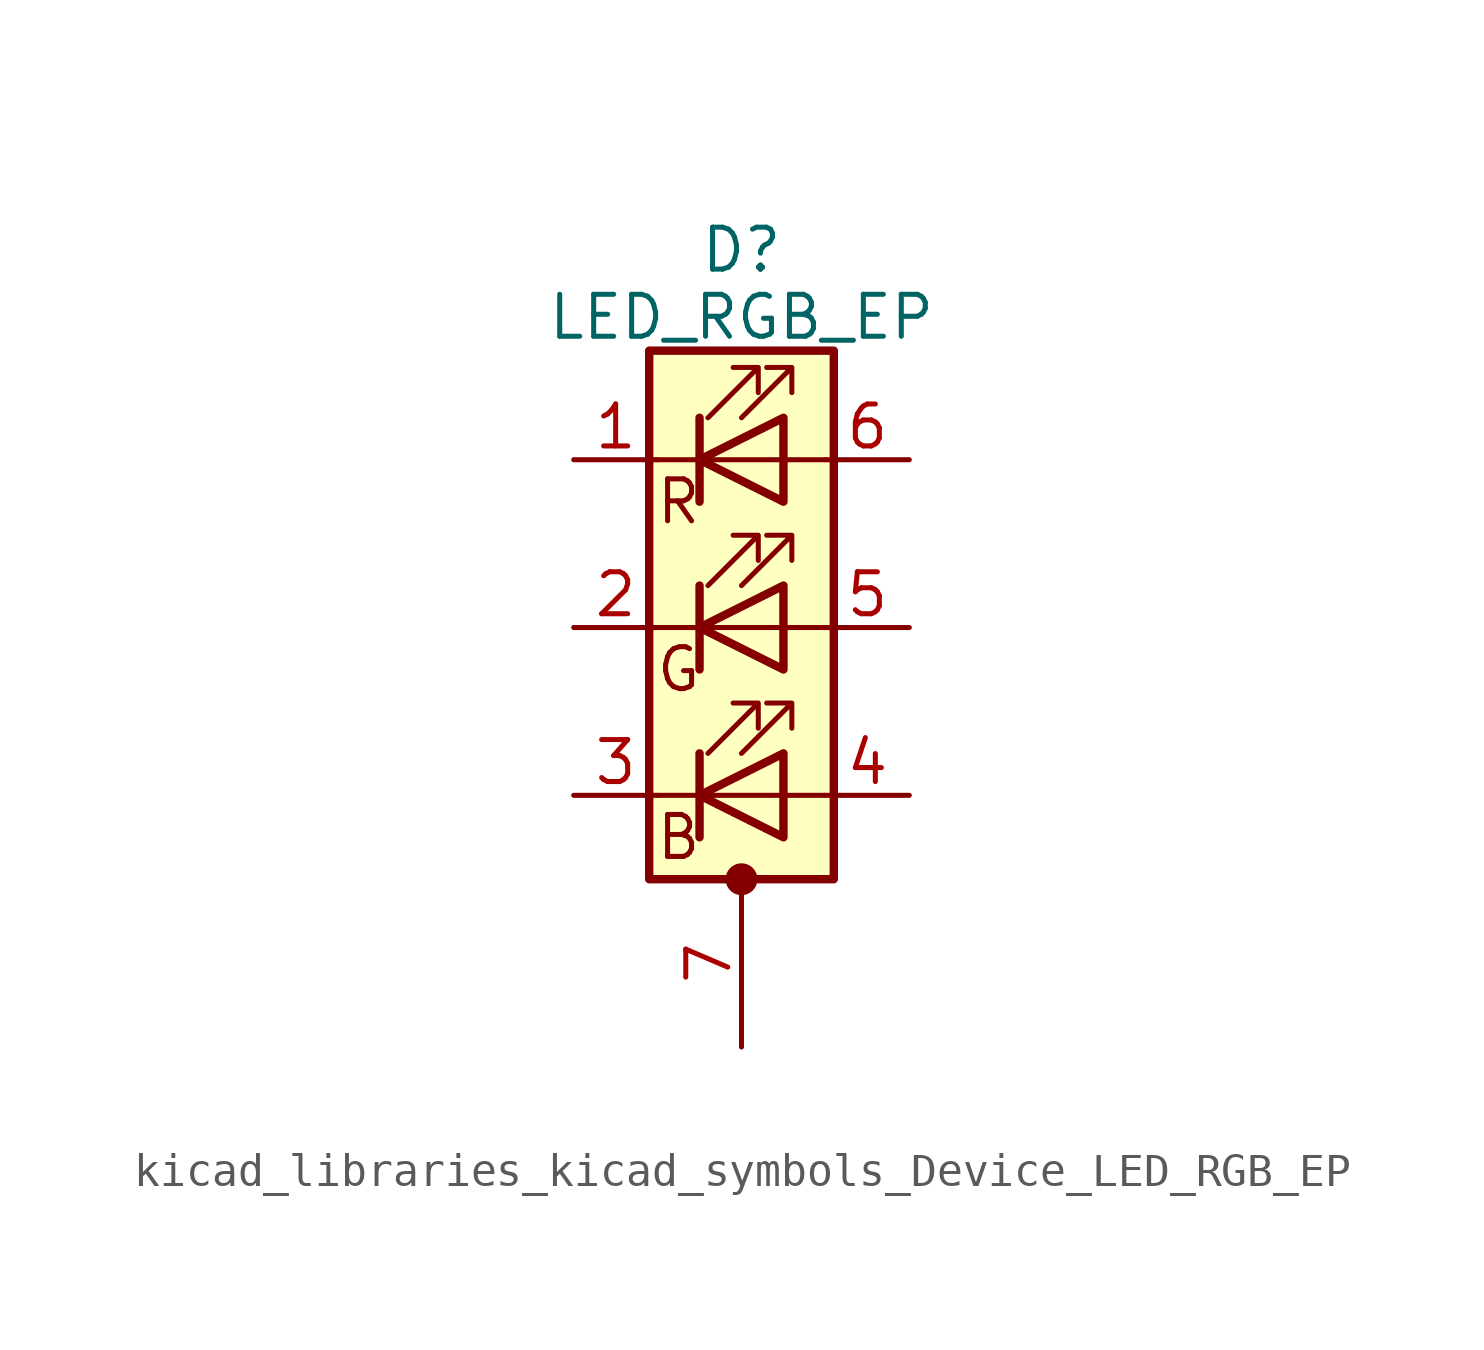
<source format=kicad_sym>
(kicad_symbol_lib
  (version 20220914)
  (generator kicad_symbol_editor)
  (symbol "kicad_libraries_kicad_symbols_Device_LED_RGB_EP"
    (pin_names
      (offset 0) hide)
    (property "Reference" "D"
      (at 0 11.43 0)
      (effects (font (size 1.27 1.27))))
    (property "Value" "LED_RGB_EP"
      (at 0 9.398 0)
      (effects (font (size 1.27 1.27))))
    (symbol "kicad_libraries_kicad_symbols_Device_LED_RGB_EP_0_0"
      (text "B" (at -1.905 -6.35 0) (effects (font (size 1.27 1.27))))
      (text "G" (at -1.905 -1.27 0) (effects (font (size 1.27 1.27))))
      (text "R" (at -1.905 3.81 0) (effects (font (size 1.27 1.27)))))
    (symbol "kicad_libraries_kicad_symbols_Device_LED_RGB_EP_0_1"
      (circle (center 0 -7.62) (radius 0.356) (stroke (width 0.254) (type default)) (fill (type outline)))
      (polyline (pts (xy -1.27 -5.08) (xy -2.54 -5.08)) (stroke (width 0) (type default)) (fill (type none)))
      (polyline (pts (xy -1.27 -3.81) (xy -1.27 -6.35)) (stroke (width 0.254) (type default)) (fill (type none)))
      (polyline (pts (xy -1.27 0) (xy -2.54 0)) (stroke (width 0) (type default)) (fill (type none)))
      (polyline (pts (xy -1.27 1.27) (xy -1.27 -1.27)) (stroke (width 0.254) (type default)) (fill (type none)))
      (polyline (pts (xy -1.27 5.08) (xy -2.54 5.08)) (stroke (width 0) (type default)) (fill (type none)))
      (polyline (pts (xy -1.27 5.08) (xy 1.27 5.08)) (stroke (width 0) (type default)) (fill (type none)))
      (polyline (pts (xy -1.27 6.35) (xy -1.27 3.81)) (stroke (width 0.254) (type default)) (fill (type none)))
      (polyline (pts (xy -1.016 0) (xy 1.27 0)) (stroke (width 0) (type default)) (fill (type none)))
      (polyline (pts (xy 1.27 -5.08) (xy -1.27 -5.08)) (stroke (width 0) (type default)) (fill (type none)))
      (polyline (pts (xy 1.27 -5.08) (xy 2.54 -5.08)) (stroke (width 0) (type default)) (fill (type none)))
      (polyline (pts (xy 1.27 5.08) (xy 2.54 5.08)) (stroke (width 0) (type default)) (fill (type none)))
      (polyline (pts (xy 2.54 0) (xy 1.27 0)) (stroke (width 0) (type default)) (fill (type none)))
      (polyline (pts (xy -1.27 1.27) (xy -1.27 -1.27) (xy -1.27 -1.27)) (stroke (width 0) (type default)) (fill (type none)))
      (polyline (pts (xy -1.27 6.35) (xy -1.27 3.81) (xy -1.27 3.81)) (stroke (width 0) (type default)) (fill (type none)))
      (polyline (pts (xy 1.27 -3.81) (xy 1.27 -6.35) (xy -1.27 -5.08) (xy 1.27 -3.81)) (stroke (width 0.254) (type default)) (fill (type none)))
      (polyline (pts (xy 1.27 1.27) (xy 1.27 -1.27) (xy -1.27 0) (xy 1.27 1.27)) (stroke (width 0.254) (type default)) (fill (type none)))
      (polyline (pts (xy 1.27 6.35) (xy 1.27 3.81) (xy -1.27 5.08) (xy 1.27 6.35)) (stroke (width 0.254) (type default)) (fill (type none)))
      (polyline (pts (xy -1.016 -3.81) (xy 0.508 -2.286) (xy -0.254 -2.286) (xy 0.508 -2.286) (xy 0.508 -3.048)) (stroke (width 0) (type default)) (fill (type none)))
      (polyline (pts (xy -1.016 1.27) (xy 0.508 2.794) (xy -0.254 2.794) (xy 0.508 2.794) (xy 0.508 2.032)) (stroke (width 0) (type default)) (fill (type none)))
      (polyline (pts (xy -1.016 6.35) (xy 0.508 7.874) (xy -0.254 7.874) (xy 0.508 7.874) (xy 0.508 7.112)) (stroke (width 0) (type default)) (fill (type none)))
      (polyline (pts (xy 0 -3.81) (xy 1.524 -2.286) (xy 0.762 -2.286) (xy 1.524 -2.286) (xy 1.524 -3.048)) (stroke (width 0) (type default)) (fill (type none)))
      (polyline (pts (xy 0 1.27) (xy 1.524 2.794) (xy 0.762 2.794) (xy 1.524 2.794) (xy 1.524 2.032)) (stroke (width 0) (type default)) (fill (type none)))
      (polyline (pts (xy 0 6.35) (xy 1.524 7.874) (xy 0.762 7.874) (xy 1.524 7.874) (xy 1.524 7.112)) (stroke (width 0) (type default)) (fill (type none)))
      (rectangle (start 1.27 -1.27) (end 1.27 1.27) (stroke (width 0) (type default)) (fill (type none)))
      (rectangle (start 1.27 1.27) (end 1.27 1.27) (stroke (width 0) (type default)) (fill (type none)))
      (rectangle (start 1.27 3.81) (end 1.27 6.35) (stroke (width 0) (type default)) (fill (type none)))
      (rectangle (start 1.27 6.35) (end 1.27 6.35) (stroke (width 0) (type default)) (fill (type none)))
      (rectangle (start 2.794 8.382) (end -2.794 -7.62) (stroke (width 0.254) (type default)) (fill (type background))))
    (symbol "kicad_libraries_kicad_symbols_Device_LED_RGB_EP_1_1"
      (pin passive line (at -5.08 5.08 0) (length 2.54) (name "RK" (effects (font (size 1.27 1.27)))) (number "1" (effects (font (size 1.27 1.27)))))
      (pin passive line (at -5.08 0 0) (length 2.54) (name "GK" (effects (font (size 1.27 1.27)))) (number "2" (effects (font (size 1.27 1.27)))))
      (pin passive line (at -5.08 -5.08 0) (length 2.54) (name "BK" (effects (font (size 1.27 1.27)))) (number "3" (effects (font (size 1.27 1.27)))))
      (pin passive line (at 5.08 -5.08 180) (length 2.54) (name "BA" (effects (font (size 1.27 1.27)))) (number "4" (effects (font (size 1.27 1.27)))))
      (pin passive line (at 5.08 0 180) (length 2.54) (name "GA" (effects (font (size 1.27 1.27)))) (number "5" (effects (font (size 1.27 1.27)))))
      (pin passive line (at 5.08 5.08 180) (length 2.54) (name "RA" (effects (font (size 1.27 1.27)))) (number "6" (effects (font (size 1.27 1.27)))))
      (pin passive line (at 0 -12.7 90) (length 5.08) (name "PAD" (effects (font (size 1.27 1.27)))) (number "7" (effects (font (size 1.27 1.27))))))))
</source>
